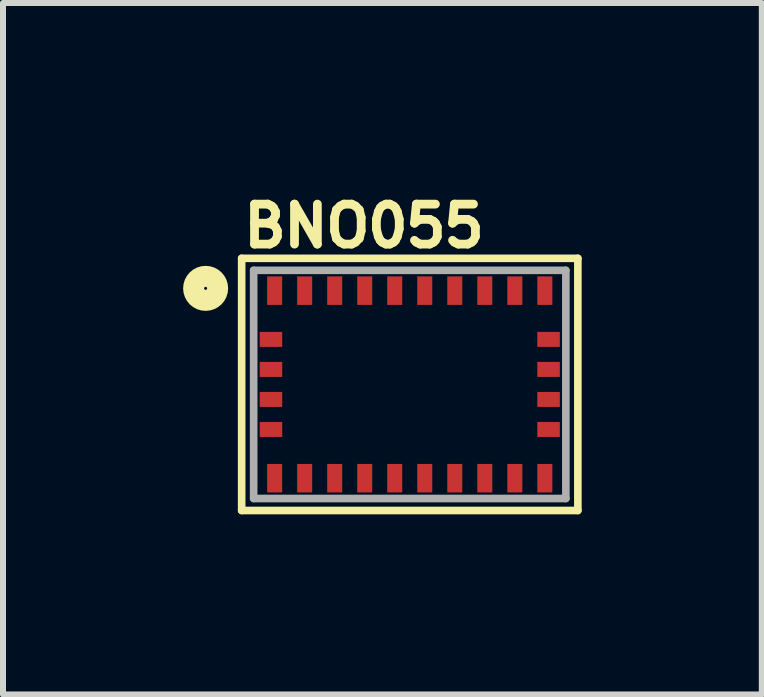
<source format=kicad_pcb>
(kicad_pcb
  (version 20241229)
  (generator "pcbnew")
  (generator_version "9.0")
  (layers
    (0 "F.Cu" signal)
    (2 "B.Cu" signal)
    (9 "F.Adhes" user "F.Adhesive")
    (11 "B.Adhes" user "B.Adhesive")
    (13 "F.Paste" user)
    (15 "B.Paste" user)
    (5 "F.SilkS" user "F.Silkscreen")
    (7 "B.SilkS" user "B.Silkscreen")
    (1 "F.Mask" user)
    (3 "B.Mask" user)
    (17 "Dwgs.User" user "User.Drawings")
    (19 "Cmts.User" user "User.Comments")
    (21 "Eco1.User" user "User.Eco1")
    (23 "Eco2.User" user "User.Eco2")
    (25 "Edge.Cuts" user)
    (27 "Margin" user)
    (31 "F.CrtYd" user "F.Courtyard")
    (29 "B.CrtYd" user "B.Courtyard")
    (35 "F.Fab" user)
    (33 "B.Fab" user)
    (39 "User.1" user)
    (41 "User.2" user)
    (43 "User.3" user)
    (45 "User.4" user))
  (footprint "BNO055"
    (layer "F.Cu")
    (at 3.775 3.353)
    (property "Reference" "BNO055" (at -2.84 -2.248 0) (layer "F.SilkS") (effects (font (size 0.666 0.666) (thickness 0.146)) (justify left bottom)))
    (fp_line (start -2.8 -2.1) (end 2.8 -2.1) (stroke (width 0.127) (type solid)) (layer "F.SilkS"))
    (fp_line (start -2.8 2.1) (end -2.8 -2.1) (stroke (width 0.127) (type solid)) (layer "F.SilkS"))
    (fp_line (start 2.8 -2.1) (end 2.8 2.1) (stroke (width 0.127) (type solid)) (layer "F.SilkS"))
    (fp_line (start 2.8 2.1) (end -2.8 2.1) (stroke (width 0.127) (type solid)) (layer "F.SilkS"))
    (fp_circle (center -3.4 -1.6) (end -3.2 -1.6) (stroke (width 0.35) (type solid)) (fill no) (layer "F.SilkS"))
    (fp_line (start -2.6 -1.9) (end 2.6 -1.9) (stroke (width 0.127) (type solid)) (layer "F.Fab"))
    (fp_line (start -2.6 1.9) (end -2.6 -1.9) (stroke (width 0.127) (type solid)) (layer "F.Fab"))
    (fp_line (start 2.6 -1.9) (end 2.6 1.9) (stroke (width 0.127) (type solid)) (layer "F.Fab"))
    (fp_line (start 2.6 1.9) (end -2.6 1.9) (stroke (width 0.127) (type solid)) (layer "F.Fab"))
    (pad "1" smd rect (at -2.25 -1.562) (size 0.25 0.475) (layers "F.Cu" "F.Mask" "F.Paste"))
    (pad "2" smd rect (at -2.312 -0.75) (size 0.375 0.25) (layers "F.Cu" "F.Mask" "F.Paste"))
    (pad "3" smd rect (at -2.312 -0.25) (size 0.375 0.25) (layers "F.Cu" "F.Mask" "F.Paste"))
    (pad "4" smd rect (at -2.312 0.25) (size 0.375 0.25) (layers "F.Cu" "F.Mask" "F.Paste"))
    (pad "5" smd rect (at -2.312 0.75) (size 0.375 0.25) (layers "F.Cu" "F.Mask" "F.Paste"))
    (pad "6" smd rect (at -2.25 1.562) (size 0.25 0.475) (layers "F.Cu" "F.Mask" "F.Paste"))
    (pad "7" smd rect (at -1.75 1.562) (size 0.25 0.475) (layers "F.Cu" "F.Mask" "F.Paste"))
    (pad "8" smd rect (at -1.25 1.562) (size 0.25 0.475) (layers "F.Cu" "F.Mask" "F.Paste"))
    (pad "9" smd rect (at -0.75 1.562) (size 0.25 0.475) (layers "F.Cu" "F.Mask" "F.Paste"))
    (pad "10" smd rect (at -0.25 1.562) (size 0.25 0.475) (layers "F.Cu" "F.Mask" "F.Paste"))
    (pad "11" smd rect (at 0.25 1.562) (size 0.25 0.475) (layers "F.Cu" "F.Mask" "F.Paste"))
    (pad "12" smd rect (at 0.75 1.562) (size 0.25 0.475) (layers "F.Cu" "F.Mask" "F.Paste"))
    (pad "13" smd rect (at 1.25 1.562) (size 0.25 0.475) (layers "F.Cu" "F.Mask" "F.Paste"))
    (pad "14" smd rect (at 1.75 1.562) (size 0.25 0.475) (layers "F.Cu" "F.Mask" "F.Paste"))
    (pad "15" smd rect (at 2.25 1.562) (size 0.25 0.475) (layers "F.Cu" "F.Mask" "F.Paste"))
    (pad "16" smd rect (at 2.312 0.75) (size 0.375 0.25) (layers "F.Cu" "F.Mask" "F.Paste"))
    (pad "17" smd rect (at 2.312 0.25) (size 0.375 0.25) (layers "F.Cu" "F.Mask" "F.Paste"))
    (pad "18" smd rect (at 2.312 -0.25) (size 0.375 0.25) (layers "F.Cu" "F.Mask" "F.Paste"))
    (pad "19" smd rect (at 2.312 -0.75) (size 0.375 0.25) (layers "F.Cu" "F.Mask" "F.Paste"))
    (pad "20" smd rect (at 2.25 -1.562) (size 0.25 0.475) (layers "F.Cu" "F.Mask" "F.Paste"))
    (pad "21" smd rect (at 1.75 -1.562) (size 0.25 0.475) (layers "F.Cu" "F.Mask" "F.Paste"))
    (pad "22" smd rect (at 1.25 -1.562) (size 0.25 0.475) (layers "F.Cu" "F.Mask" "F.Paste"))
    (pad "23" smd rect (at 0.75 -1.562) (size 0.25 0.475) (layers "F.Cu" "F.Mask" "F.Paste"))
    (pad "24" smd rect (at 0.25 -1.562) (size 0.25 0.475) (layers "F.Cu" "F.Mask" "F.Paste"))
    (pad "25" smd rect (at -0.25 -1.562) (size 0.25 0.475) (layers "F.Cu" "F.Mask" "F.Paste"))
    (pad "26" smd rect (at -0.75 -1.562) (size 0.25 0.475) (layers "F.Cu" "F.Mask" "F.Paste"))
    (pad "27" smd rect (at -1.25 -1.562) (size 0.25 0.475) (layers "F.Cu" "F.Mask" "F.Paste"))
    (pad "28" smd rect (at -1.75 -1.562) (size 0.25 0.475) (layers "F.Cu" "F.Mask" "F.Paste")))
  (gr_rect
    (start -3 -3)
    (end 9.639 8.517)
    (stroke (width 0.1) (type default))
    (fill no)
    (layer "Edge.Cuts")))
</source>
